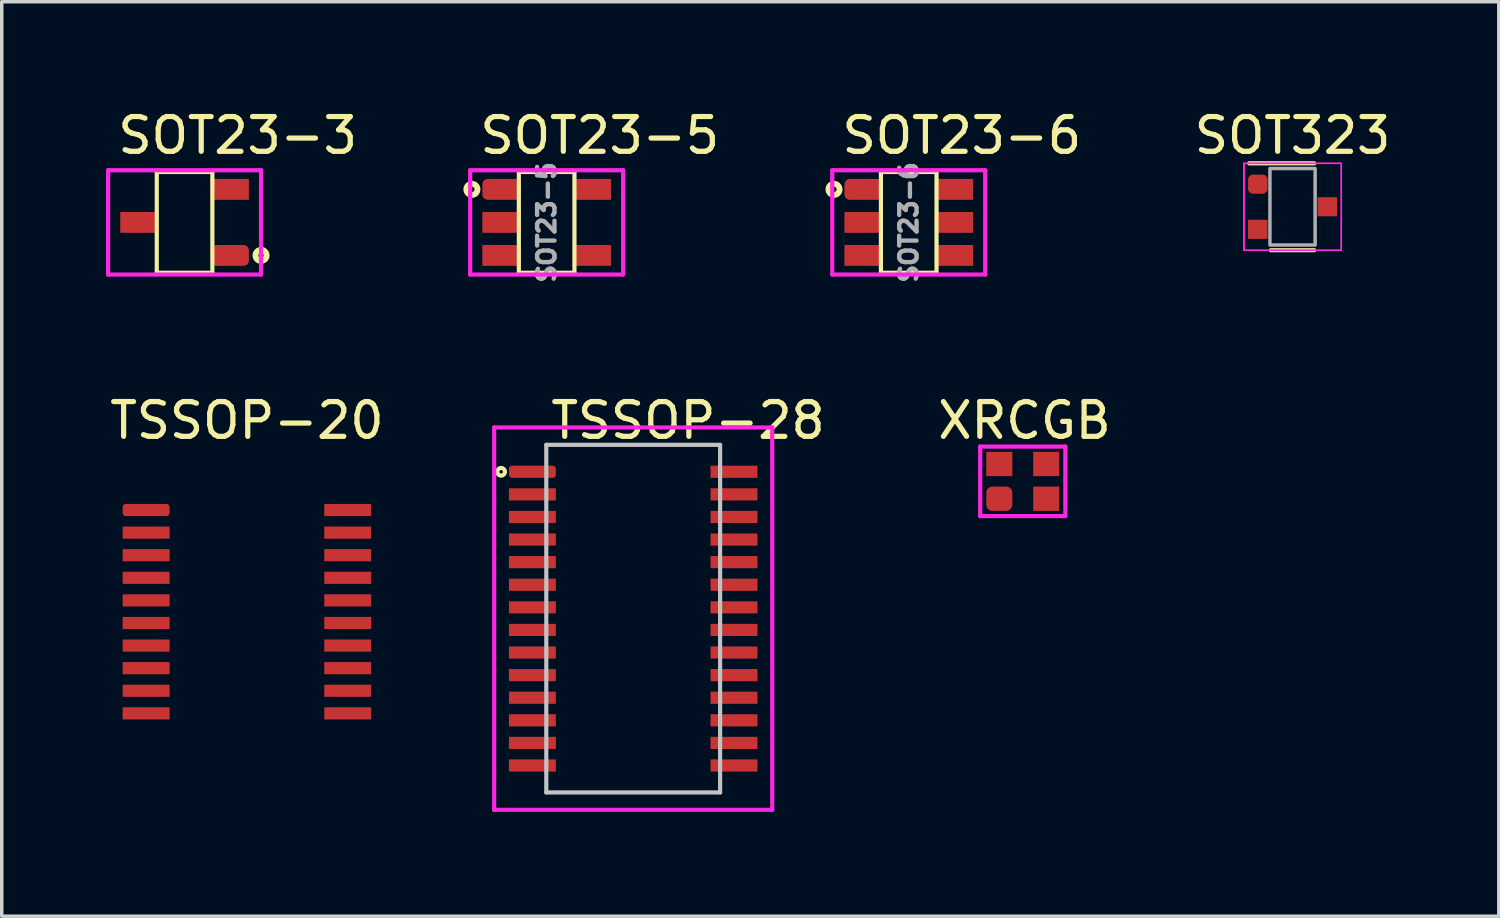
<source format=kicad_pcb>
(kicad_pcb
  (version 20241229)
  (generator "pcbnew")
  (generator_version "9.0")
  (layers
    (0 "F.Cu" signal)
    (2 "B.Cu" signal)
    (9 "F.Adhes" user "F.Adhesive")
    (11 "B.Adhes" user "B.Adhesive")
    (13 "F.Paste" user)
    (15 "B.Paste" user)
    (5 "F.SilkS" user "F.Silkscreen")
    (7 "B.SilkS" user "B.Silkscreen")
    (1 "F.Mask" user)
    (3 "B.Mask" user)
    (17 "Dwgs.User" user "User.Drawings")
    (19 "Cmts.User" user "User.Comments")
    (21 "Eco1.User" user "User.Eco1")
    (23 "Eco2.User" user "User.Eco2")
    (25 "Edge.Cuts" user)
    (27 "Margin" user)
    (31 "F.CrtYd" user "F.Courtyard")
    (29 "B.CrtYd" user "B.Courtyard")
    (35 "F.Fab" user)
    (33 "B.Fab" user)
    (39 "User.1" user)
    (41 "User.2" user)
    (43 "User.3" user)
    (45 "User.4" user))
  (footprint "SOT23-3"
    (layer "F.Cu")
    (at 2.26 3.348)
    (property "Reference" "SOT23-3" (at -2 -2.5 0) (layer "F.SilkS") (effects (font (size 1 1) (thickness 0.15)) (justify left)))
    (attr smd)
    (fp_line (start -0.8 -1.45) (end 0.8 -1.45) (stroke (width 0.12) (type solid)) (layer "F.SilkS"))
    (fp_line (start -0.8 1.45) (end -0.8 -1.45) (stroke (width 0.12) (type solid)) (layer "F.SilkS"))
    (fp_line (start 0.8 -1.45) (end 0.8 1.45) (stroke (width 0.12) (type solid)) (layer "F.SilkS"))
    (fp_line (start 0.8 1.45) (end -0.8 1.45) (stroke (width 0.12) (type solid)) (layer "F.SilkS"))
    (fp_circle (center 2.2 0.95) (end 2.275 0.95) (stroke (width 0.17) (type solid)) (fill no) (layer "F.SilkS"))
    (fp_line (start -2.2 -1.5) (end 2.2 -1.5) (stroke (width 0.12) (type solid)) (layer "F.CrtYd"))
    (fp_line (start -2.2 1.5) (end -2.2 -1.5) (stroke (width 0.12) (type solid)) (layer "F.CrtYd"))
    (fp_line (start 2.2 -1.5) (end 2.2 1.5) (stroke (width 0.12) (type solid)) (layer "F.CrtYd"))
    (fp_line (start 2.2 1.5) (end -2.2 1.5) (stroke (width 0.12) (type solid)) (layer "F.CrtYd"))
    (pad "1" smd roundrect (at 1.3 0.95) (size 1.1 0.6) (layers "F.Cu" "F.Mask" "F.Paste") (roundrect_rratio 0.25))
    (pad "2" smd rect (at 1.3 -0.95) (size 1.1 0.6) (layers "F.Cu" "F.Mask" "F.Paste"))
    (pad "3" smd rect (at -1.3 0) (size 1.1 0.6) (layers "F.Cu" "F.Mask" "F.Paste")))
  (footprint "TSSOP-28"
    (layer "F.Cu")
    (at 15.167 14.748)
    (property "Reference" "TSSOP-28" (at -2.45 -5.7 0) (layer "F.SilkS") (effects (font (size 1 1) (thickness 0.15)) (justify left)))
    (attr smd)
    (fp_circle (center -3.8 -4.225) (end -3.75 -4.225) (stroke (width 0.12) (type solid)) (fill no) (layer "F.SilkS"))
    (fp_line (start -2.5 -5) (end 2.5 -5) (stroke (width 0.12) (type solid)) (layer "Dwgs.User"))
    (fp_line (start -2.5 5) (end -2.5 -5) (stroke (width 0.12) (type solid)) (layer "Dwgs.User"))
    (fp_line (start 2.5 -5) (end 2.5 5) (stroke (width 0.12) (type solid)) (layer "Dwgs.User"))
    (fp_line (start 2.5 5) (end -2.5 5) (stroke (width 0.12) (type solid)) (layer "Dwgs.User"))
    (fp_line (start -4 -5.5) (end 4 -5.5) (stroke (width 0.12) (type solid)) (layer "F.CrtYd"))
    (fp_line (start -4 5.5) (end -4 -5.5) (stroke (width 0.12) (type solid)) (layer "F.CrtYd"))
    (fp_line (start 4 -5.5) (end 4 5.5) (stroke (width 0.12) (type solid)) (layer "F.CrtYd"))
    (fp_line (start 4 5.5) (end -4 5.5) (stroke (width 0.12) (type solid)) (layer "F.CrtYd"))
    (pad "1" smd roundrect (at -2.9 -4.225) (size 1.35 0.35) (layers "F.Cu" "F.Mask" "F.Paste") (roundrect_rratio 0.25))
    (pad "2" smd rect (at -2.9 -3.575) (size 1.35 0.35) (layers "F.Cu" "F.Mask" "F.Paste"))
    (pad "3" smd rect (at -2.9 -2.925) (size 1.35 0.35) (layers "F.Cu" "F.Mask" "F.Paste"))
    (pad "4" smd rect (at -2.9 -2.275) (size 1.35 0.35) (layers "F.Cu" "F.Mask" "F.Paste"))
    (pad "5" smd rect (at -2.9 -1.625) (size 1.35 0.35) (layers "F.Cu" "F.Mask" "F.Paste"))
    (pad "6" smd rect (at -2.9 -0.975) (size 1.35 0.35) (layers "F.Cu" "F.Mask" "F.Paste"))
    (pad "7" smd rect (at -2.9 -0.325) (size 1.35 0.35) (layers "F.Cu" "F.Mask" "F.Paste"))
    (pad "8" smd rect (at -2.9 0.325) (size 1.35 0.35) (layers "F.Cu" "F.Mask" "F.Paste"))
    (pad "9" smd rect (at -2.9 0.975) (size 1.35 0.35) (layers "F.Cu" "F.Mask" "F.Paste"))
    (pad "10" smd rect (at -2.9 1.625) (size 1.35 0.35) (layers "F.Cu" "F.Mask" "F.Paste"))
    (pad "11" smd rect (at -2.9 2.275) (size 1.35 0.35) (layers "F.Cu" "F.Mask" "F.Paste"))
    (pad "12" smd rect (at -2.9 2.925) (size 1.35 0.35) (layers "F.Cu" "F.Mask" "F.Paste"))
    (pad "13" smd rect (at -2.9 3.575) (size 1.35 0.35) (layers "F.Cu" "F.Mask" "F.Paste"))
    (pad "14" smd rect (at -2.9 4.225) (size 1.35 0.35) (layers "F.Cu" "F.Mask" "F.Paste"))
    (pad "15" smd rect (at 2.9 4.225) (size 1.35 0.35) (layers "F.Cu" "F.Mask" "F.Paste"))
    (pad "16" smd rect (at 2.9 3.575) (size 1.35 0.35) (layers "F.Cu" "F.Mask" "F.Paste"))
    (pad "17" smd rect (at 2.9 2.925) (size 1.35 0.35) (layers "F.Cu" "F.Mask" "F.Paste"))
    (pad "18" smd rect (at 2.9 2.275) (size 1.35 0.35) (layers "F.Cu" "F.Mask" "F.Paste"))
    (pad "19" smd rect (at 2.9 1.625) (size 1.35 0.35) (layers "F.Cu" "F.Mask" "F.Paste"))
    (pad "20" smd rect (at 2.9 0.975) (size 1.35 0.35) (layers "F.Cu" "F.Mask" "F.Paste"))
    (pad "21" smd rect (at 2.9 0.325) (size 1.35 0.35) (layers "F.Cu" "F.Mask" "F.Paste"))
    (pad "22" smd rect (at 2.9 -0.325) (size 1.35 0.35) (layers "F.Cu" "F.Mask" "F.Paste"))
    (pad "23" smd rect (at 2.9 -0.975) (size 1.35 0.35) (layers "F.Cu" "F.Mask" "F.Paste"))
    (pad "24" smd rect (at 2.9 -1.625) (size 1.35 0.35) (layers "F.Cu" "F.Mask" "F.Paste"))
    (pad "25" smd rect (at 2.9 -2.275) (size 1.35 0.35) (layers "F.Cu" "F.Mask" "F.Paste"))
    (pad "26" smd rect (at 2.9 -2.925) (size 1.35 0.35) (layers "F.Cu" "F.Mask" "F.Paste"))
    (pad "27" smd rect (at 2.9 -3.575) (size 1.35 0.35) (layers "F.Cu" "F.Mask" "F.Paste"))
    (pad "28" smd rect (at 2.9 -4.225) (size 1.35 0.35) (layers "F.Cu" "F.Mask" "F.Paste")))
  (footprint "TSSOP-20"
    (layer "F.Cu")
    (at 4.054 14.548)
    (property "Reference" "TSSOP-20" (at 0 -5.5 0) (layer "F.SilkS") (effects (font (size 1 1) (thickness 0.15))))
    (attr through_hole)
    (pad "1" smd roundrect (at -2.9 -2.925) (size 1.35 0.35) (layers "F.Cu" "F.Mask" "F.Paste") (roundrect_rratio 0.25))
    (pad "2" smd rect (at -2.9 -2.275) (size 1.35 0.35) (layers "F.Cu" "F.Mask" "F.Paste"))
    (pad "3" smd rect (at -2.9 -1.625) (size 1.35 0.35) (layers "F.Cu" "F.Mask" "F.Paste"))
    (pad "4" smd rect (at -2.9 -0.975) (size 1.35 0.35) (layers "F.Cu" "F.Mask" "F.Paste"))
    (pad "5" smd rect (at -2.9 -0.325) (size 1.35 0.35) (layers "F.Cu" "F.Mask" "F.Paste"))
    (pad "6" smd rect (at -2.9 0.325) (size 1.35 0.35) (layers "F.Cu" "F.Mask" "F.Paste"))
    (pad "7" smd rect (at -2.9 0.975) (size 1.35 0.35) (layers "F.Cu" "F.Mask" "F.Paste"))
    (pad "8" smd rect (at -2.9 1.625) (size 1.35 0.35) (layers "F.Cu" "F.Mask" "F.Paste"))
    (pad "9" smd rect (at -2.9 2.275) (size 1.35 0.35) (layers "F.Cu" "F.Mask" "F.Paste"))
    (pad "10" smd rect (at -2.9 2.925) (size 1.35 0.35) (layers "F.Cu" "F.Mask" "F.Paste"))
    (pad "11" smd rect (at 2.9 2.925) (size 1.35 0.35) (layers "F.Cu" "F.Mask" "F.Paste"))
    (pad "12" smd rect (at 2.9 2.275) (size 1.35 0.35) (layers "F.Cu" "F.Mask" "F.Paste"))
    (pad "13" smd rect (at 2.9 1.625) (size 1.35 0.35) (layers "F.Cu" "F.Mask" "F.Paste"))
    (pad "14" smd rect (at 2.9 0.975) (size 1.35 0.35) (layers "F.Cu" "F.Mask" "F.Paste"))
    (pad "15" smd rect (at 2.9 0.325) (size 1.35 0.35) (layers "F.Cu" "F.Mask" "F.Paste"))
    (pad "16" smd rect (at 2.9 -0.325) (size 1.35 0.35) (layers "F.Cu" "F.Mask" "F.Paste"))
    (pad "17" smd rect (at 2.9 -0.975) (size 1.35 0.35) (layers "F.Cu" "F.Mask" "F.Paste"))
    (pad "18" smd rect (at 2.9 -1.625) (size 1.35 0.35) (layers "F.Cu" "F.Mask" "F.Paste"))
    (pad "19" smd rect (at 2.9 -2.275) (size 1.35 0.35) (layers "F.Cu" "F.Mask" "F.Paste"))
    (pad "20" smd rect (at 2.9 -2.925) (size 1.35 0.35) (layers "F.Cu" "F.Mask" "F.Paste")))
  (footprint "XRCGB"
    (layer "F.Cu")
    (at 26.425 10.798)
    (property "Reference" "XRCGB" (at 0 -1.75 0) (layer "F.SilkS") (effects (font (size 1 1) (thickness 0.15))))
    (attr through_hole)
    (fp_line (start -1.275 -1) (end 1.175 -1) (stroke (width 0.12) (type solid)) (layer "F.CrtYd"))
    (fp_line (start -1.275 1) (end -1.275 -1) (stroke (width 0.12) (type solid)) (layer "F.CrtYd"))
    (fp_line (start 1.175 -1) (end 1.175 1) (stroke (width 0.12) (type solid)) (layer "F.CrtYd"))
    (fp_line (start 1.175 1) (end -1.275 1) (stroke (width 0.12) (type solid)) (layer "F.CrtYd"))
    (pad "1" smd roundrect (at -0.725 0.5 180) (size 0.75 0.7) (layers "F.Cu" "F.Mask" "F.Paste") (roundrect_rratio 0.25))
    (pad "2" smd rect (at 0.625 0.5 180) (size 0.75 0.7) (layers "F.Cu" "F.Mask" "F.Paste"))
    (pad "3" smd rect (at 0.625 -0.5 180) (size 0.75 0.7) (layers "F.Cu" "F.Mask" "F.Paste"))
    (pad "4" smd rect (at -0.725 -0.5 180) (size 0.75 0.7) (layers "F.Cu" "F.Mask" "F.Paste")))
  (footprint "SOT23-5"
    (layer "F.Cu")
    (at 12.677 3.348)
    (property "Reference" "SOT23-5" (at -2 -2.5 0) (layer "F.SilkS") (effects (font (size 1 1) (thickness 0.15)) (justify left)))
    (attr smd)
    (fp_line (start -0.8 -1.45) (end 0.8 -1.45) (stroke (width 0.12) (type solid)) (layer "F.SilkS"))
    (fp_line (start -0.8 1.45) (end -0.8 -1.45) (stroke (width 0.12) (type solid)) (layer "F.SilkS"))
    (fp_line (start 0.8 -1.45) (end 0.8 1.45) (stroke (width 0.12) (type solid)) (layer "F.SilkS"))
    (fp_line (start 0.8 1.45) (end -0.8 1.45) (stroke (width 0.12) (type solid)) (layer "F.SilkS"))
    (fp_circle (center -2.15 -0.95) (end -2.075 -0.95) (stroke (width 0.17) (type solid)) (fill no) (layer "F.SilkS"))
    (fp_line (start -2.2 -1.5) (end 2.2 -1.5) (stroke (width 0.12) (type solid)) (layer "F.CrtYd"))
    (fp_line (start -2.2 1.5) (end -2.2 -1.5) (stroke (width 0.12) (type solid)) (layer "F.CrtYd"))
    (fp_line (start 2.2 -1.5) (end 2.2 1.5) (stroke (width 0.12) (type solid)) (layer "F.CrtYd"))
    (fp_line (start 2.2 1.5) (end -2.2 1.5) (stroke (width 0.12) (type solid)) (layer "F.CrtYd"))
    (fp_text user "${REFERENCE}" (at 0 0 90) (layer "F.Fab") (effects (font (size 0.5 0.5) (thickness 0.125))))
    (pad "1" smd roundrect (at -1.3 -0.95) (size 1.1 0.6) (layers "F.Cu" "F.Mask" "F.Paste") (roundrect_rratio 0.25))
    (pad "2" smd rect (at -1.3 0) (size 1.1 0.6) (layers "F.Cu" "F.Mask" "F.Paste"))
    (pad "3" smd rect (at -1.3 0.95) (size 1.1 0.6) (layers "F.Cu" "F.Mask" "F.Paste"))
    (pad "4" smd rect (at 1.3 0.95) (size 1.1 0.6) (layers "F.Cu" "F.Mask" "F.Paste"))
    (pad "5" smd rect (at 1.3 -0.95) (size 1.1 0.6) (layers "F.Cu" "F.Mask" "F.Paste")))
  (footprint "SOT23-6"
    (layer "F.Cu")
    (at 23.094 3.348)
    (property "Reference" "SOT23-6" (at -2 -2.5 0) (layer "F.SilkS") (effects (font (size 1 1) (thickness 0.15)) (justify left)))
    (attr smd)
    (fp_line (start -0.8 -1.45) (end 0.8 -1.45) (stroke (width 0.12) (type solid)) (layer "F.SilkS"))
    (fp_line (start -0.8 1.45) (end -0.8 -1.45) (stroke (width 0.12) (type solid)) (layer "F.SilkS"))
    (fp_line (start 0.8 -1.45) (end 0.8 1.45) (stroke (width 0.12) (type solid)) (layer "F.SilkS"))
    (fp_line (start 0.8 1.45) (end -0.8 1.45) (stroke (width 0.12) (type solid)) (layer "F.SilkS"))
    (fp_circle (center -2.15 -0.95) (end -2.075 -0.95) (stroke (width 0.17) (type solid)) (fill no) (layer "F.SilkS"))
    (fp_line (start -2.2 -1.5) (end 2.2 -1.5) (stroke (width 0.12) (type solid)) (layer "F.CrtYd"))
    (fp_line (start -2.2 1.5) (end -2.2 -1.5) (stroke (width 0.12) (type solid)) (layer "F.CrtYd"))
    (fp_line (start 2.2 -1.5) (end 2.2 1.5) (stroke (width 0.12) (type solid)) (layer "F.CrtYd"))
    (fp_line (start 2.2 1.5) (end -2.2 1.5) (stroke (width 0.12) (type solid)) (layer "F.CrtYd"))
    (fp_text user "${REFERENCE}" (at 0 0 90) (layer "F.Fab") (effects (font (size 0.5 0.5) (thickness 0.125))))
    (pad "1" smd roundrect (at -1.3 -0.95) (size 1.1 0.6) (layers "F.Cu" "F.Mask" "F.Paste") (roundrect_rratio 0.25))
    (pad "2" smd rect (at -1.3 0) (size 1.1 0.6) (layers "F.Cu" "F.Mask" "F.Paste"))
    (pad "3" smd rect (at -1.3 0.95) (size 1.1 0.6) (layers "F.Cu" "F.Mask" "F.Paste"))
    (pad "4" smd rect (at 1.3 0.95) (size 1.1 0.6) (layers "F.Cu" "F.Mask" "F.Paste"))
    (pad "5" smd rect (at 1.3 0) (size 1.1 0.6) (layers "F.Cu" "F.Mask" "F.Paste"))
    (pad "6" smd rect (at 1.3 -0.95) (size 1.1 0.6) (layers "F.Cu" "F.Mask" "F.Paste")))
  (footprint "SOT323"
    (layer "F.Cu")
    (at 34.136 2.898)
    (property "Reference" "SOT323" (at 0 -2.05 0) (layer "F.SilkS") (effects (font (size 1 1) (thickness 0.15))))
    (attr smd)
    (fp_line (start -1.25 -1.25) (end 0.625 -1.25) (stroke (width 0.12) (type solid)) (layer "F.SilkS"))
    (fp_line (start 0.625 1.25) (end -0.625 1.25) (stroke (width 0.12) (type solid)) (layer "F.SilkS"))
    (fp_line (start -1.4 1.25) (end -1.4 -1.25) (stroke (width 0.05) (type solid)) (layer "F.CrtYd"))
    (fp_rect (start -1.4 -1.25) (end 1.4 1.25) (stroke (width 0.05) (type solid)) (fill no) (layer "F.CrtYd"))
    (fp_rect (start -0.65 1.1) (end 0.65 -1.1) (stroke (width 0.1) (type solid)) (fill no) (layer "F.Fab"))
    (pad "1" smd roundrect (at -1 -0.65 270) (size 0.55 0.56) (layers "F.Cu" "F.Mask" "F.Paste") (roundrect_rratio 0.25))
    (pad "2" smd rect (at -1 0.65 270) (size 0.55 0.56) (layers "F.Cu" "F.Mask" "F.Paste"))
    (pad "3" smd rect (at 1 0 270) (size 0.55 0.56) (layers "F.Cu" "F.Mask" "F.Paste")))
  (gr_rect
    (start -3 -3)
    (end 40.07 23.308)
    (stroke (width 0.1) (type default))
    (fill no)
    (layer "Edge.Cuts")))
</source>
